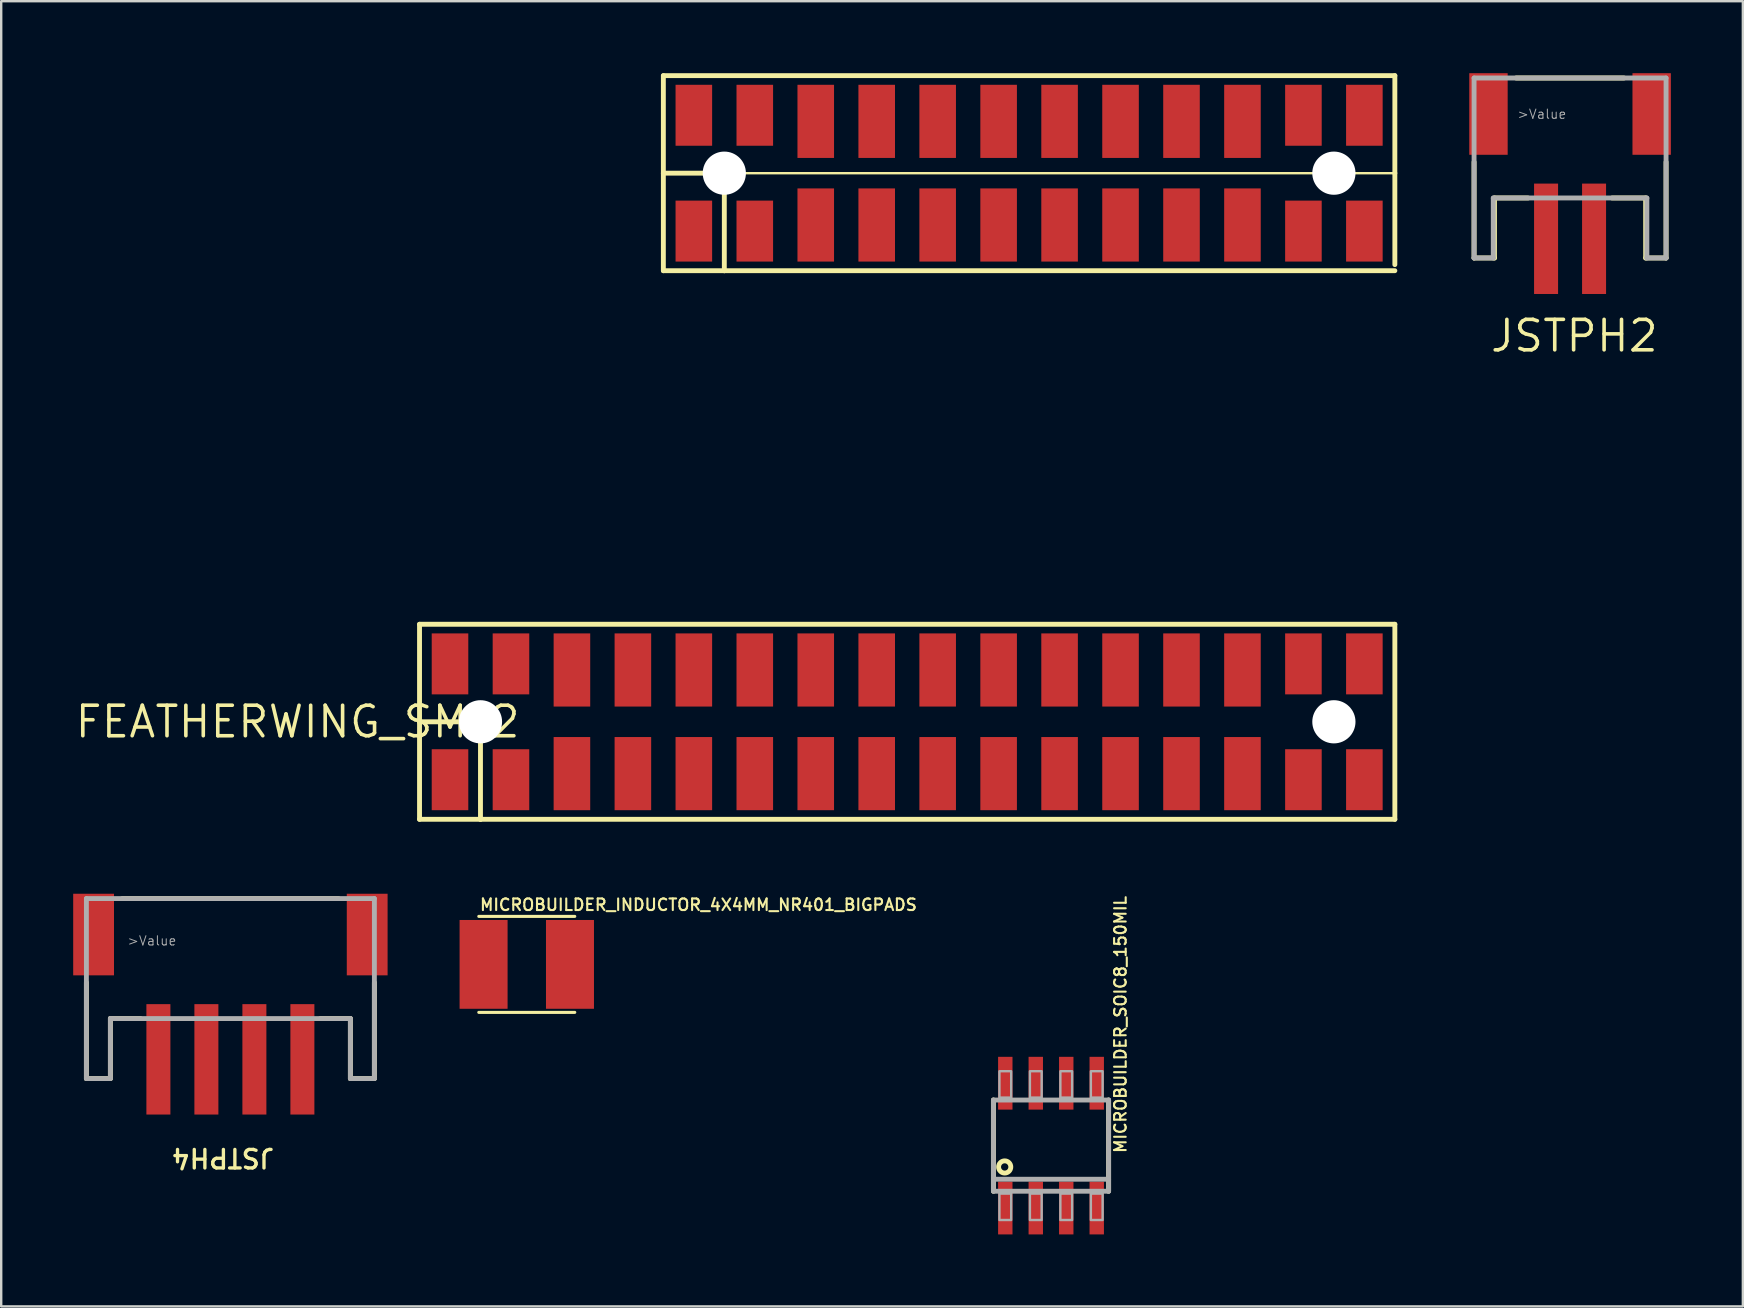
<source format=kicad_pcb>
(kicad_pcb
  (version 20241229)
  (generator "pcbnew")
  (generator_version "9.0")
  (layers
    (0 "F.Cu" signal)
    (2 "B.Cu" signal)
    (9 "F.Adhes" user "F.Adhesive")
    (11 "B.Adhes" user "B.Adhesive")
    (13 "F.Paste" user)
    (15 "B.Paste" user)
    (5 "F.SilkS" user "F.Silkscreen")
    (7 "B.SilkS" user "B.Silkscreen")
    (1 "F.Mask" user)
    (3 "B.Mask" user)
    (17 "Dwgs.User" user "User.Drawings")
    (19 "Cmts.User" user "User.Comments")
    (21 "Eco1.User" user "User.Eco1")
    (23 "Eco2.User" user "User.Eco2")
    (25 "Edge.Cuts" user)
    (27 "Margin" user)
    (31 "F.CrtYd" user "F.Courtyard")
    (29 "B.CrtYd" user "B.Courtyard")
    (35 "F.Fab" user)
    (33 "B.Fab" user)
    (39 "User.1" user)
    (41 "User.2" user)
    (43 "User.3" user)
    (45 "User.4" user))
  (footprint "FEATHERWING_SMT2"
    (layer "F.Cu")
    (at 9.351 27.026)
    (property "Reference" "FEATHERWING_SMT2" (at 0 0 0) (layer "F.SilkS") (effects (font (size 1.27 1.27) (thickness 0.15))))
    (attr through_hole)
    (fp_line (start 5.08 -4.064) (end 45.72 -4.064) (stroke (width 0.203) (type solid)) (layer "F.SilkS"))
    (fp_line (start 5.08 0) (end 5.08 -4.064) (stroke (width 0.203) (type solid)) (layer "F.SilkS"))
    (fp_line (start 5.08 0) (end 7.62 0) (stroke (width 0.203) (type solid)) (layer "F.SilkS"))
    (fp_line (start 5.08 4.064) (end 5.08 0) (stroke (width 0.203) (type solid)) (layer "F.SilkS"))
    (fp_line (start 7.62 0) (end 7.62 4.064) (stroke (width 0.203) (type solid)) (layer "F.SilkS"))
    (fp_line (start 7.62 4.064) (end 5.08 4.064) (stroke (width 0.203) (type solid)) (layer "F.SilkS"))
    (fp_line (start 15.24 -26.924) (end 45.72 -26.924) (stroke (width 0.203) (type solid)) (layer "F.SilkS"))
    (fp_line (start 15.24 -22.86) (end 15.24 -26.924) (stroke (width 0.203) (type solid)) (layer "F.SilkS"))
    (fp_line (start 15.24 -22.86) (end 17.78 -22.86) (stroke (width 0.203) (type solid)) (layer "F.SilkS"))
    (fp_line (start 15.24 -18.796) (end 15.24 -22.86) (stroke (width 0.203) (type solid)) (layer "F.SilkS"))
    (fp_line (start 17.78 -22.86) (end 17.78 -18.796) (stroke (width 0.203) (type solid)) (layer "F.SilkS"))
    (fp_line (start 17.78 -18.796) (end 15.24 -18.796) (stroke (width 0.203) (type solid)) (layer "F.SilkS"))
    (fp_line (start 45.72 -22.86) (end 17.78 -22.86) (stroke (width 0.1) (type solid)) (layer "F.SilkS"))
    (fp_line (start 45.72 -22.86) (end 45.72 -26.924) (stroke (width 0.203) (type solid)) (layer "F.SilkS"))
    (fp_line (start 45.72 -19.05) (end 45.72 -22.86) (stroke (width 0.203) (type solid)) (layer "F.SilkS"))
    (fp_line (start 45.72 -18.796) (end 17.78 -18.796) (stroke (width 0.203) (type solid)) (layer "F.SilkS"))
    (fp_line (start 45.72 -4.064) (end 45.72 4.064) (stroke (width 0.203) (type solid)) (layer "F.SilkS"))
    (fp_line (start 45.72 4.064) (end 7.62 4.064) (stroke (width 0.203) (type solid)) (layer "F.SilkS"))
    (pad "" np_thru_hole circle (at 7.62 0) (size 1.8 1.8) (drill 1.8) (layers "*.Cu" "*.Mask"))
    (pad "" np_thru_hole circle (at 17.78 -22.86) (size 1.8 1.8) (drill 1.8) (layers "*.Cu" "*.Mask"))
    (pad "" np_thru_hole circle (at 43.18 -22.86) (size 1.8 1.8) (drill 1.8) (layers "*.Cu" "*.Mask"))
    (pad "" np_thru_hole circle (at 43.18 0) (size 1.8 1.8) (drill 1.8) (layers "*.Cu" "*.Mask"))
    (pad "1" smd rect (at 6.35 -2.413 90) (size 2.54 1.524) (layers "F.Cu" "F.Mask" "F.Paste"))
    (pad "1'" smd rect (at 6.35 2.413 90) (size 2.54 1.524) (layers "F.Cu" "F.Mask" "F.Paste"))
    (pad "2" smd rect (at 8.89 -2.413 270) (size 2.54 1.524) (layers "F.Cu" "F.Mask" "F.Paste"))
    (pad "2'" smd rect (at 8.89 2.413 90) (size 2.54 1.524) (layers "F.Cu" "F.Mask" "F.Paste"))
    (pad "3" smd rect (at 11.43 -2.159 270) (size 3.048 1.524) (layers "F.Cu" "F.Mask" "F.Paste"))
    (pad "3'" smd rect (at 11.43 2.159 90) (size 3.048 1.524) (layers "F.Cu" "F.Mask" "F.Paste"))
    (pad "4" smd rect (at 13.97 -2.159 270) (size 3.048 1.524) (layers "F.Cu" "F.Mask" "F.Paste"))
    (pad "4'" smd rect (at 13.97 2.159 90) (size 3.048 1.524) (layers "F.Cu" "F.Mask" "F.Paste"))
    (pad "5" smd rect (at 16.51 -2.159 270) (size 3.048 1.524) (layers "F.Cu" "F.Mask" "F.Paste"))
    (pad "5'" smd rect (at 16.51 2.159 90) (size 3.048 1.524) (layers "F.Cu" "F.Mask" "F.Paste"))
    (pad "6" smd rect (at 19.05 -2.159 270) (size 3.048 1.524) (layers "F.Cu" "F.Mask" "F.Paste"))
    (pad "6'" smd rect (at 19.05 2.159 90) (size 3.048 1.524) (layers "F.Cu" "F.Mask" "F.Paste"))
    (pad "7" smd rect (at 21.59 -2.159 270) (size 3.048 1.524) (layers "F.Cu" "F.Mask" "F.Paste"))
    (pad "7'" smd rect (at 21.59 2.159 90) (size 3.048 1.524) (layers "F.Cu" "F.Mask" "F.Paste"))
    (pad "8" smd rect (at 24.13 -2.159 270) (size 3.048 1.524) (layers "F.Cu" "F.Mask" "F.Paste"))
    (pad "8'" smd rect (at 24.13 2.159 90) (size 3.048 1.524) (layers "F.Cu" "F.Mask" "F.Paste"))
    (pad "9" smd rect (at 26.67 -2.159 270) (size 3.048 1.524) (layers "F.Cu" "F.Mask" "F.Paste"))
    (pad "9'" smd rect (at 26.67 2.159 90) (size 3.048 1.524) (layers "F.Cu" "F.Mask" "F.Paste"))
    (pad "10" smd rect (at 29.21 -2.159 270) (size 3.048 1.524) (layers "F.Cu" "F.Mask" "F.Paste"))
    (pad "10'" smd rect (at 29.21 2.159 90) (size 3.048 1.524) (layers "F.Cu" "F.Mask" "F.Paste"))
    (pad "11" smd rect (at 31.75 -2.159 270) (size 3.048 1.524) (layers "F.Cu" "F.Mask" "F.Paste"))
    (pad "11'" smd rect (at 31.75 2.159 90) (size 3.048 1.524) (layers "F.Cu" "F.Mask" "F.Paste"))
    (pad "12" smd rect (at 34.29 -2.159 270) (size 3.048 1.524) (layers "F.Cu" "F.Mask" "F.Paste"))
    (pad "12'" smd rect (at 34.29 2.159 90) (size 3.048 1.524) (layers "F.Cu" "F.Mask" "F.Paste"))
    (pad "13" smd rect (at 36.83 -2.159 270) (size 3.048 1.524) (layers "F.Cu" "F.Mask" "F.Paste"))
    (pad "13'" smd rect (at 36.83 2.159 90) (size 3.048 1.524) (layers "F.Cu" "F.Mask" "F.Paste"))
    (pad "14" smd rect (at 39.37 -2.159 270) (size 3.048 1.524) (layers "F.Cu" "F.Mask" "F.Paste"))
    (pad "14'" smd rect (at 39.37 2.159 90) (size 3.048 1.524) (layers "F.Cu" "F.Mask" "F.Paste"))
    (pad "15" smd rect (at 41.91 -2.413 270) (size 2.54 1.524) (layers "F.Cu" "F.Mask" "F.Paste"))
    (pad "15'" smd rect (at 41.91 2.413 90) (size 2.54 1.524) (layers "F.Cu" "F.Mask" "F.Paste"))
    (pad "16" smd rect (at 44.45 -2.413 270) (size 2.54 1.524) (layers "F.Cu" "F.Mask" "F.Paste"))
    (pad "16'" smd rect (at 44.45 2.413 90) (size 2.54 1.524) (layers "F.Cu" "F.Mask" "F.Paste"))
    (pad "17" smd rect (at 44.45 -20.447 90) (size 2.54 1.524) (layers "F.Cu" "F.Mask" "F.Paste"))
    (pad "17'" smd rect (at 44.45 -25.273 270) (size 2.54 1.524) (layers "F.Cu" "F.Mask" "F.Paste"))
    (pad "18" smd rect (at 41.91 -20.447 90) (size 2.54 1.524) (layers "F.Cu" "F.Mask" "F.Paste"))
    (pad "18'" smd rect (at 41.91 -25.273 270) (size 2.54 1.524) (layers "F.Cu" "F.Mask" "F.Paste"))
    (pad "19" smd rect (at 39.37 -20.701 90) (size 3.048 1.524) (layers "F.Cu" "F.Mask" "F.Paste"))
    (pad "19'" smd rect (at 39.37 -25.019 270) (size 3.048 1.524) (layers "F.Cu" "F.Mask" "F.Paste"))
    (pad "20" smd rect (at 36.83 -20.701 90) (size 3.048 1.524) (layers "F.Cu" "F.Mask" "F.Paste"))
    (pad "20'" smd rect (at 36.83 -25.019 270) (size 3.048 1.524) (layers "F.Cu" "F.Mask" "F.Paste"))
    (pad "21" smd rect (at 34.29 -20.701 90) (size 3.048 1.524) (layers "F.Cu" "F.Mask" "F.Paste"))
    (pad "21'" smd rect (at 34.29 -25.019 270) (size 3.048 1.524) (layers "F.Cu" "F.Mask" "F.Paste"))
    (pad "22" smd rect (at 31.75 -20.701 90) (size 3.048 1.524) (layers "F.Cu" "F.Mask" "F.Paste"))
    (pad "22'" smd rect (at 31.75 -25.019 270) (size 3.048 1.524) (layers "F.Cu" "F.Mask" "F.Paste"))
    (pad "23" smd rect (at 29.21 -20.701 90) (size 3.048 1.524) (layers "F.Cu" "F.Mask" "F.Paste"))
    (pad "23'" smd rect (at 29.21 -25.019 270) (size 3.048 1.524) (layers "F.Cu" "F.Mask" "F.Paste"))
    (pad "24" smd rect (at 26.67 -20.701 90) (size 3.048 1.524) (layers "F.Cu" "F.Mask" "F.Paste"))
    (pad "24'" smd rect (at 26.67 -25.019 270) (size 3.048 1.524) (layers "F.Cu" "F.Mask" "F.Paste"))
    (pad "25" smd rect (at 24.13 -20.701 90) (size 3.048 1.524) (layers "F.Cu" "F.Mask" "F.Paste"))
    (pad "25'" smd rect (at 24.13 -25.019 270) (size 3.048 1.524) (layers "F.Cu" "F.Mask" "F.Paste"))
    (pad "26" smd rect (at 21.59 -20.701 90) (size 3.048 1.524) (layers "F.Cu" "F.Mask" "F.Paste"))
    (pad "26'" smd rect (at 21.59 -25.019 270) (size 3.048 1.524) (layers "F.Cu" "F.Mask" "F.Paste"))
    (pad "27" smd rect (at 19.05 -20.447 90) (size 2.54 1.524) (layers "F.Cu" "F.Mask" "F.Paste"))
    (pad "27'" smd rect (at 19.05 -25.273 270) (size 2.54 1.524) (layers "F.Cu" "F.Mask" "F.Paste"))
    (pad "28" smd rect (at 16.51 -20.447 90) (size 2.54 1.524) (layers "F.Cu" "F.Mask" "F.Paste"))
    (pad "28'" smd rect (at 16.51 -25.273 90) (size 2.54 1.524) (layers "F.Cu" "F.Mask" "F.Paste")))
  (footprint "JSTPH2"
    (layer "F.Cu")
    (at 62.372 3.2)
    (property "Reference" "JSTPH2" (at 0.178 7.747 0) (unlocked yes) (layer "F.SilkS") (effects (font (size 1.27 1.27) (thickness 0.15))))
    (attr through_hole)
    (fp_line (start -4 4.5) (end -4 0.5) (stroke (width 0.203) (type solid)) (layer "F.SilkS"))
    (fp_line (start -3.15 2) (end -3.15 4.5) (stroke (width 0.203) (type solid)) (layer "F.SilkS"))
    (fp_line (start -3.15 4.5) (end -4 4.5) (stroke (width 0.203) (type solid)) (layer "F.SilkS"))
    (fp_line (start -2.25 -3) (end 2.25 -3) (stroke (width 0.203) (type solid)) (layer "F.SilkS"))
    (fp_line (start -1.75 2) (end -3.15 2) (stroke (width 0.203) (type solid)) (layer "F.SilkS"))
    (fp_line (start 3.15 2) (end 1.75 2) (stroke (width 0.203) (type solid)) (layer "F.SilkS"))
    (fp_line (start 3.15 4.5) (end 3.15 2) (stroke (width 0.203) (type solid)) (layer "F.SilkS"))
    (fp_line (start 4 0.5) (end 4 4.5) (stroke (width 0.203) (type solid)) (layer "F.SilkS"))
    (fp_line (start 4 4.5) (end 3.15 4.5) (stroke (width 0.203) (type solid)) (layer "F.SilkS"))
    (fp_line (start -4 -3) (end 4 -3) (stroke (width 0.203) (type solid)) (layer "F.Fab"))
    (fp_line (start -4 4.5) (end -4 -3) (stroke (width 0.203) (type solid)) (layer "F.Fab"))
    (fp_line (start -3.2 2) (end -3.2 4.5) (stroke (width 0.203) (type solid)) (layer "F.Fab"))
    (fp_line (start -3.2 4.5) (end -4 4.5) (stroke (width 0.203) (type solid)) (layer "F.Fab"))
    (fp_line (start 3.2 2) (end -3.2 2) (stroke (width 0.203) (type solid)) (layer "F.Fab"))
    (fp_line (start 3.2 4.5) (end 3.2 2) (stroke (width 0.203) (type solid)) (layer "F.Fab"))
    (fp_line (start 4 -3) (end 4 4.5) (stroke (width 0.203) (type solid)) (layer "F.Fab"))
    (fp_line (start 4 4.5) (end 3.2 4.5) (stroke (width 0.203) (type solid)) (layer "F.Fab"))
    (fp_text user ">Value" (at -2.223 -1.27 0) (layer "F.Fab") (effects (font (size 0.386 0.386) (thickness 0.041)) (justify left bottom)))
    (pad "1" smd rect (at -1 3.7) (size 1 4.6) (layers "F.Cu" "F.Mask" "F.Paste"))
    (pad "2" smd rect (at 1 3.7) (size 1 4.6) (layers "F.Cu" "F.Mask" "F.Paste"))
    (pad "NC1" smd rect (at -3.4 -1.5 90) (size 3.4 1.6) (layers "F.Cu" "F.Mask" "F.Paste"))
    (pad "NC2" smd rect (at 3.4 -1.5 90) (size 3.4 1.6) (layers "F.Cu" "F.Mask" "F.Paste")))
  (footprint "JSTPH4"
    (layer "F.Cu")
    (at 6.55 37.391)
    (property "Reference" "JSTPH4" (at -2.515 8.255 180) (unlocked yes) (layer "F.SilkS") (effects (font (size 0.772 0.772) (thickness 0.139)) (justify right top)))
    (attr through_hole)
    (fp_line (start -6 0.5) (end -6 4.5) (stroke (width 0.203) (type solid)) (layer "F.SilkS"))
    (fp_line (start -6 4.5) (end -5 4.5) (stroke (width 0.203) (type solid)) (layer "F.SilkS"))
    (fp_line (start -5 2) (end -3.75 2) (stroke (width 0.203) (type solid)) (layer "F.SilkS"))
    (fp_line (start -5 4.5) (end -5 2) (stroke (width 0.203) (type solid)) (layer "F.SilkS"))
    (fp_line (start -4.5 -3) (end 4.5 -3) (stroke (width 0.203) (type solid)) (layer "F.SilkS"))
    (fp_line (start 3.75 2) (end 5 2) (stroke (width 0.203) (type solid)) (layer "F.SilkS"))
    (fp_line (start 5 2) (end 5 4.5) (stroke (width 0.203) (type solid)) (layer "F.SilkS"))
    (fp_line (start 5 4.5) (end 6 4.5) (stroke (width 0.203) (type solid)) (layer "F.SilkS"))
    (fp_line (start 6 4.5) (end 6 0.5) (stroke (width 0.203) (type solid)) (layer "F.SilkS"))
    (fp_line (start -6 -3) (end 6 -3) (stroke (width 0.203) (type solid)) (layer "F.Fab"))
    (fp_line (start -6 4.5) (end -6 -3) (stroke (width 0.203) (type solid)) (layer "F.Fab"))
    (fp_line (start -5 2) (end -5 4.5) (stroke (width 0.203) (type solid)) (layer "F.Fab"))
    (fp_line (start -5 4.5) (end -6 4.5) (stroke (width 0.203) (type solid)) (layer "F.Fab"))
    (fp_line (start 5 2) (end -5 2) (stroke (width 0.203) (type solid)) (layer "F.Fab"))
    (fp_line (start 5 4.5) (end 5 2) (stroke (width 0.203) (type solid)) (layer "F.Fab"))
    (fp_line (start 6 -3) (end 6 4.5) (stroke (width 0.203) (type solid)) (layer "F.Fab"))
    (fp_line (start 6 4.5) (end 5 4.5) (stroke (width 0.203) (type solid)) (layer "F.Fab"))
    (fp_text user ">Value" (at -4.318 -1.016 0) (layer "F.Fab") (effects (font (size 0.386 0.386) (thickness 0.041)) (justify left bottom)))
    (pad "1" smd rect (at -3 3.7) (size 1 4.6) (layers "F.Cu" "F.Mask" "F.Paste"))
    (pad "2" smd rect (at -1 3.7) (size 1 4.6) (layers "F.Cu" "F.Mask" "F.Paste"))
    (pad "3" smd rect (at 1 3.7) (size 1 4.6) (layers "F.Cu" "F.Mask" "F.Paste"))
    (pad "4" smd rect (at 3 3.7) (size 1 4.6) (layers "F.Cu" "F.Mask" "F.Paste"))
    (pad "NC1" smd rect (at -5.7 -1.5 90) (size 3.4 1.7) (layers "F.Cu" "F.Mask" "F.Paste"))
    (pad "NC2" smd rect (at 5.7 -1.5 90) (size 3.4 1.7) (layers "F.Cu" "F.Mask" "F.Paste")))
  (footprint "MICROBUILDER_INDUCTOR_4X4MM_NR401_BIGPADS"
    (layer "F.Cu")
    (at 18.9 37.134)
    (property "Reference" "MICROBUILDER_INDUCTOR_4X4MM_NR401_BIGPADS" (at -2 -2.2 0) (unlocked yes) (layer "F.SilkS") (effects (font (size 0.483 0.483) (thickness 0.087)) (justify left bottom)))
    (attr through_hole)
    (fp_line (start -2 -2) (end 2 -2) (stroke (width 0.127) (type solid)) (layer "F.SilkS"))
    (fp_line (start 2 2) (end -2 2) (stroke (width 0.127) (type solid)) (layer "F.SilkS"))
    (pad "P$1" smd rect (at -1.8 0) (size 2 3.7) (layers "F.Cu" "F.Mask" "F.Paste"))
    (pad "P$2" smd rect (at 1.8 0) (size 2 3.7) (layers "F.Cu" "F.Mask" "F.Paste")))
  (footprint "MICROBUILDER_SOIC8_150MIL"
    (layer "F.Cu")
    (at 40.744 44.686)
    (property "Reference" "MICROBUILDER_SOIC8_150MIL" (at 3.175 0.356 90) (unlocked yes) (layer "F.SilkS") (effects (font (size 0.483 0.483) (thickness 0.087)) (justify left bottom)))
    (attr through_hole)
    (fp_line (start -2.4 1.9) (end -2.4 -1.9) (stroke (width 0.203) (type solid)) (layer "F.SilkS"))
    (fp_line (start 2.4 -1.9) (end 2.4 1.9) (stroke (width 0.203) (type solid)) (layer "F.SilkS"))
    (fp_circle (center -1.93 0.889) (end -1.676 0.889) (stroke (width 0.203) (type solid)) (fill no) (layer "F.SilkS"))
    (fp_line (start -2.4 -1.9) (end 2.4 -1.9) (stroke (width 0.203) (type solid)) (layer "F.Fab"))
    (fp_line (start -2.4 1.4) (end -2.4 -1.9) (stroke (width 0.203) (type solid)) (layer "F.Fab"))
    (fp_line (start -2.4 1.9) (end -2.4 1.4) (stroke (width 0.203) (type solid)) (layer "F.Fab"))
    (fp_line (start 2.4 -1.9) (end 2.4 1.4) (stroke (width 0.203) (type solid)) (layer "F.Fab"))
    (fp_line (start 2.4 1.4) (end -2.4 1.4) (stroke (width 0.203) (type solid)) (layer "F.Fab"))
    (fp_line (start 2.4 1.4) (end 2.4 1.9) (stroke (width 0.203) (type solid)) (layer "F.Fab"))
    (fp_line (start 2.4 1.9) (end -2.4 1.9) (stroke (width 0.203) (type solid)) (layer "F.Fab"))
    (fp_poly (pts (xy -2.15 -2) (xy -1.66 -2) (xy -1.66 -3.1) (xy -2.15 -3.1)) (stroke (width 0.1) (type solid)) (fill no) (layer "F.Fab"))
    (fp_poly (pts (xy -2.15 3.1) (xy -1.66 3.1) (xy -1.66 2) (xy -2.15 2)) (stroke (width 0.1) (type solid)) (fill no) (layer "F.Fab"))
    (fp_poly (pts (xy -0.88 -2) (xy -0.39 -2) (xy -0.39 -3.1) (xy -0.88 -3.1)) (stroke (width 0.1) (type solid)) (fill no) (layer "F.Fab"))
    (fp_poly (pts (xy -0.88 3.1) (xy -0.39 3.1) (xy -0.39 2) (xy -0.88 2)) (stroke (width 0.1) (type solid)) (fill no) (layer "F.Fab"))
    (fp_poly (pts (xy 0.39 -2) (xy 0.88 -2) (xy 0.88 -3.1) (xy 0.39 -3.1)) (stroke (width 0.1) (type solid)) (fill no) (layer "F.Fab"))
    (fp_poly (pts (xy 0.39 3.1) (xy 0.88 3.1) (xy 0.88 2) (xy 0.39 2)) (stroke (width 0.1) (type solid)) (fill no) (layer "F.Fab"))
    (fp_poly (pts (xy 1.66 -2) (xy 2.15 -2) (xy 2.15 -3.1) (xy 1.66 -3.1)) (stroke (width 0.1) (type solid)) (fill no) (layer "F.Fab"))
    (fp_poly (pts (xy 1.66 3.1) (xy 2.15 3.1) (xy 2.15 2) (xy 1.66 2)) (stroke (width 0.1) (type solid)) (fill no) (layer "F.Fab"))
    (pad "1" smd rect (at -1.905 2.6) (size 0.6 2.2) (layers "F.Cu" "F.Mask" "F.Paste"))
    (pad "2" smd rect (at -0.635 2.6) (size 0.6 2.2) (layers "F.Cu" "F.Mask" "F.Paste"))
    (pad "3" smd rect (at 0.635 2.6) (size 0.6 2.2) (layers "F.Cu" "F.Mask" "F.Paste"))
    (pad "4" smd rect (at 1.905 2.6) (size 0.6 2.2) (layers "F.Cu" "F.Mask" "F.Paste"))
    (pad "5" smd rect (at 1.905 -2.6) (size 0.6 2.2) (layers "F.Cu" "F.Mask" "F.Paste"))
    (pad "6" smd rect (at 0.635 -2.6) (size 0.6 2.2) (layers "F.Cu" "F.Mask" "F.Paste"))
    (pad "7" smd rect (at -0.635 -2.6) (size 0.6 2.2) (layers "F.Cu" "F.Mask" "F.Paste"))
    (pad "8" smd rect (at -1.905 -2.6) (size 0.6 2.2) (layers "F.Cu" "F.Mask" "F.Paste")))
  (gr_rect
    (start -3 -3)
    (end 69.572 51.386)
    (stroke (width 0.1) (type default))
    (fill no)
    (layer "Edge.Cuts")))
</source>
